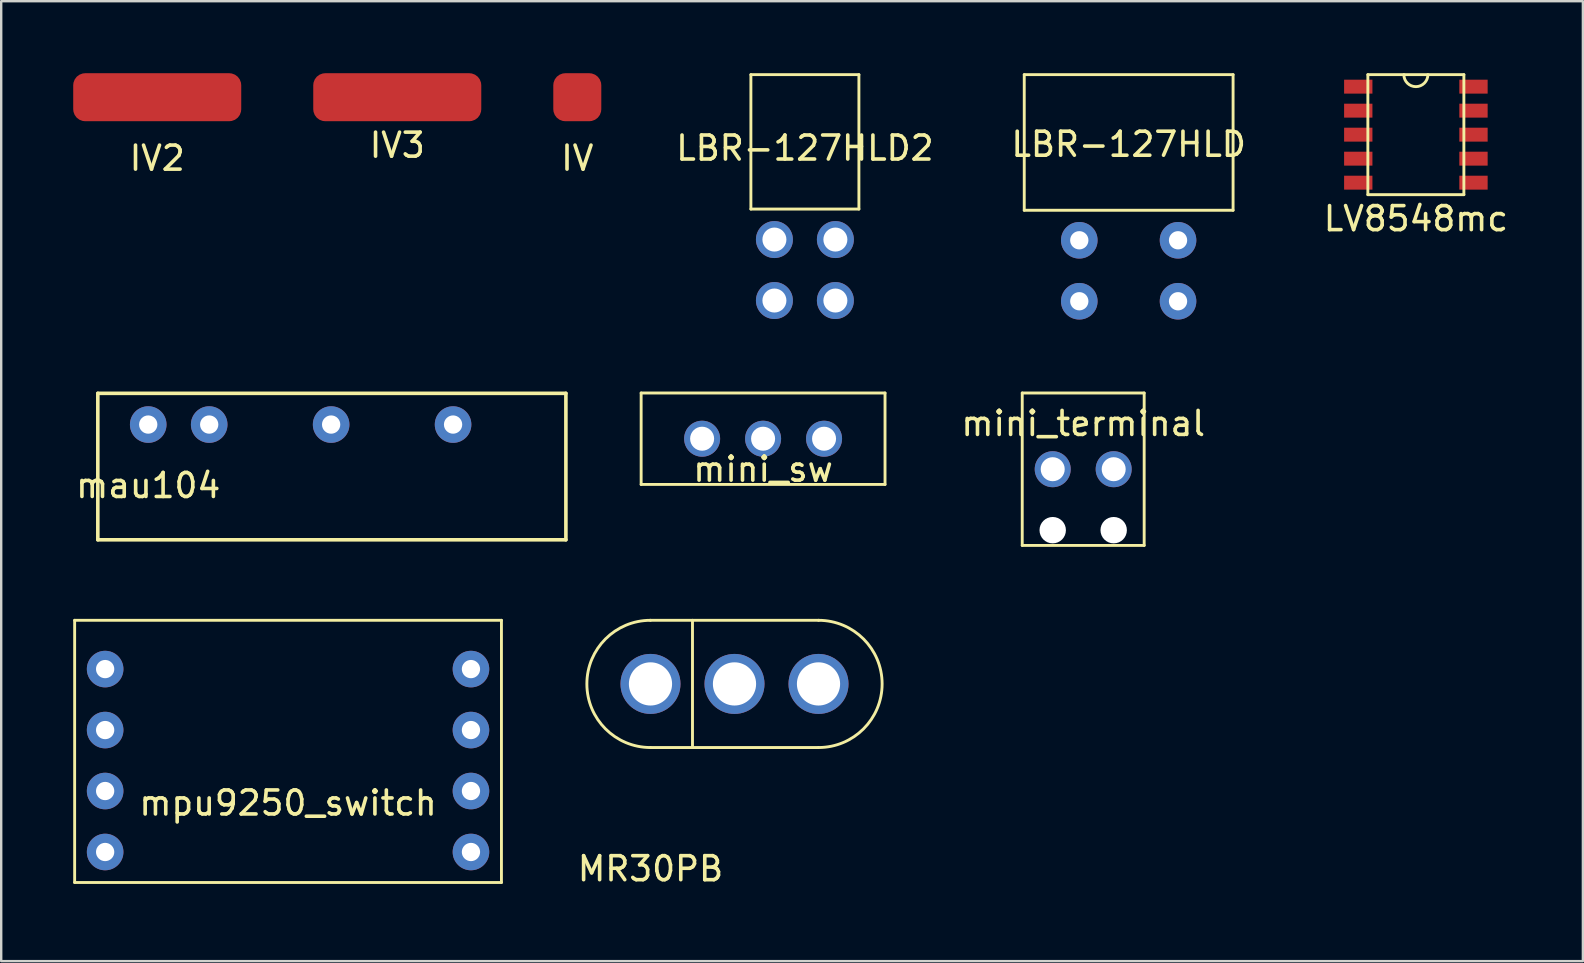
<source format=kicad_pcb>
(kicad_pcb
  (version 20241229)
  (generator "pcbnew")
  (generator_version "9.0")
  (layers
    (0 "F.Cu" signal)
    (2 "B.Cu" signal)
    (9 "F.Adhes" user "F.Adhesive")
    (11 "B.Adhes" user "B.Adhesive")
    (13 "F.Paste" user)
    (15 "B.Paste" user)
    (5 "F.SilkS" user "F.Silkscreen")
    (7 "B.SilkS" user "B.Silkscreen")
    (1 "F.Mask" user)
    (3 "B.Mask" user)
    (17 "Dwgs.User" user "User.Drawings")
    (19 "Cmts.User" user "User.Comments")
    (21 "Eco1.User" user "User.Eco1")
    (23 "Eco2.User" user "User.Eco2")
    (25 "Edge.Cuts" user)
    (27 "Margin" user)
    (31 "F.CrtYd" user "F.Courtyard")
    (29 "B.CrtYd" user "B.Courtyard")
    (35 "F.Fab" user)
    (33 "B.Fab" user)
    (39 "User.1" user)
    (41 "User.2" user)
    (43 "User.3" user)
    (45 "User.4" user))
  (footprint "IV3"
    (layer "F.Cu")
    (at 13.5 1)
    (property "Reference" "IV3" (at 0 2 0) (layer "F.SilkS") (effects (font (size 1 1) (thickness 0.15))))
    (attr through_hole)
    (pad "1" smd roundrect (at 0 0) (size 7 2) (layers "F.Cu" "F.Mask" "F.Paste") (roundrect_rratio 0.25)))
  (footprint "IV2"
    (layer "F.Cu")
    (at 3.5 1)
    (property "Reference" "IV2" (at 0 2.54 0) (layer "F.SilkS") (effects (font (size 1 1) (thickness 0.15))))
    (attr through_hole)
    (pad "1" smd roundrect (at 0 0) (size 7 2) (layers "F.Cu" "F.Mask" "F.Paste") (roundrect_rratio 0.25)))
  (footprint "LV8548mc"
    (layer "F.Cu")
    (at 55.935 2.56)
    (property "Reference" "LV8548mc" (at 0 3.5 0) (layer "F.SilkS") (effects (font (size 1 1) (thickness 0.15))))
    (attr through_hole)
    (fp_line (start -2 -2.5) (end 2 -2.5) (stroke (width 0.12) (type solid)) (layer "F.SilkS"))
    (fp_line (start -2 2.5) (end -2 -2.5) (stroke (width 0.12) (type solid)) (layer "F.SilkS"))
    (fp_line (start 2 -2.5) (end 2 2.5) (stroke (width 0.12) (type solid)) (layer "F.SilkS"))
    (fp_line (start 2 2.5) (end -2 2.5) (stroke (width 0.12) (type solid)) (layer "F.SilkS"))
    (fp_arc (start 0.5 -2.5) (mid 0 -2) (end -0.5 -2.5) (stroke (width 0.12) (type solid)) (layer "F.SilkS"))
    (pad "1" smd rect (at -2.4 -2) (size 1.18 0.58) (layers "F.Cu" "F.Mask" "F.Paste"))
    (pad "2" smd rect (at -2.4 -1) (size 1.18 0.58) (layers "F.Cu" "F.Mask" "F.Paste"))
    (pad "3" smd rect (at -2.4 0) (size 1.18 0.58) (layers "F.Cu" "F.Mask" "F.Paste"))
    (pad "4" smd rect (at -2.4 1) (size 1.18 0.58) (layers "F.Cu" "F.Mask" "F.Paste"))
    (pad "5" smd rect (at -2.4 2) (size 1.18 0.58) (layers "F.Cu" "F.Mask" "F.Paste"))
    (pad "6" smd rect (at 2.4 2) (size 1.18 0.58) (layers "F.Cu" "F.Mask" "F.Paste"))
    (pad "7" smd rect (at 2.4 1) (size 1.18 0.58) (layers "F.Cu" "F.Mask" "F.Paste"))
    (pad "8" smd rect (at 2.4 0) (size 1.18 0.58) (layers "F.Cu" "F.Mask" "F.Paste"))
    (pad "9" smd rect (at 2.4 -1) (size 1.18 0.58) (layers "F.Cu" "F.Mask" "F.Paste"))
    (pad "10" smd rect (at 2.4 -2) (size 1.18 0.58) (layers "F.Cu" "F.Mask" "F.Paste")))
  (footprint "mau104"
    (layer "F.Cu")
    (at 3.125 14.637)
    (property "Reference" "mau104" (at 0 2.54 0) (layer "F.SilkS") (effects (font (size 1 1) (thickness 0.15))))
    (attr through_hole)
    (fp_line (start -2.1 -1.3) (end 17.4 -1.3) (stroke (width 0.15) (type solid)) (layer "F.SilkS"))
    (fp_line (start -2.1 4.8) (end -2.1 -1.3) (stroke (width 0.15) (type solid)) (layer "F.SilkS"))
    (fp_line (start 17.4 -1.3) (end 17.4 4.8) (stroke (width 0.15) (type solid)) (layer "F.SilkS"))
    (fp_line (start 17.4 4.8) (end -2.1 4.8) (stroke (width 0.15) (type solid)) (layer "F.SilkS"))
    (pad "1" thru_hole circle (at 0 0) (size 1.524 1.524) (drill 0.762) (layers "*.Cu" "*.Mask"))
    (pad "2" thru_hole circle (at 2.54 0) (size 1.524 1.524) (drill 0.762) (layers "*.Cu" "*.Mask"))
    (pad "3" thru_hole circle (at 7.62 0) (size 1.524 1.524) (drill 0.762) (layers "*.Cu" "*.Mask"))
    (pad "4" thru_hole circle (at 12.7 0) (size 1.524 1.524) (drill 0.762) (layers "*.Cu" "*.Mask")))
  (footprint "LBR-127HLD"
    (layer "F.Cu")
    (at 43.97 6.96)
    (property "Reference" "LBR-127HLD" (at 0 -4 0) (layer "F.SilkS") (effects (font (size 1 1) (thickness 0.15))))
    (attr through_hole)
    (fp_line (start -4.35 -6.9) (end -4.35 -1.25) (stroke (width 0.12) (type solid)) (layer "F.SilkS"))
    (fp_line (start -4.35 -1.25) (end 4.35 -1.25) (stroke (width 0.12) (type solid)) (layer "F.SilkS"))
    (fp_line (start 4.35 -6.9) (end -4.35 -6.9) (stroke (width 0.12) (type solid)) (layer "F.SilkS"))
    (fp_line (start 4.35 -1.25) (end 4.35 -6.9) (stroke (width 0.12) (type solid)) (layer "F.SilkS"))
    (pad "1" thru_hole circle (at -2.057 2.54) (size 1.524 1.524) (drill 0.762) (layers "*.Cu" "*.Mask"))
    (pad "2" thru_hole circle (at -2.057 0) (size 1.524 1.524) (drill 0.762) (layers "*.Cu" "*.Mask"))
    (pad "3" thru_hole circle (at 2.057 2.54) (size 1.524 1.524) (drill 0.762) (layers "*.Cu" "*.Mask"))
    (pad "4" thru_hole circle (at 2.057 0) (size 1.524 1.524) (drill 0.762) (layers "*.Cu" "*.Mask")))
  (footprint "mini_sw"
    (layer "F.Cu")
    (at 28.74 15.227)
    (property "Reference" "mini_sw" (at 0 1.27 0) (layer "F.SilkS") (effects (font (size 1 1) (thickness 0.15))))
    (attr through_hole)
    (fp_line (start -5.08 -1.905) (end -5.08 1.905) (stroke (width 0.12) (type solid)) (layer "F.SilkS"))
    (fp_line (start -5.08 -1.905) (end 5.08 -1.905) (stroke (width 0.12) (type solid)) (layer "F.SilkS"))
    (fp_line (start -5.08 1.905) (end 5.08 1.905) (stroke (width 0.12) (type solid)) (layer "F.SilkS"))
    (fp_line (start 5.08 1.905) (end 5.08 -1.905) (stroke (width 0.12) (type solid)) (layer "F.SilkS"))
    (pad "1" thru_hole circle (at -2.54 0) (size 1.5 1.5) (drill 1) (layers "*.Cu" "*.Mask"))
    (pad "2" thru_hole circle (at 0 0) (size 1.5 1.5) (drill 1) (layers "*.Cu" "*.Mask"))
    (pad "3" thru_hole circle (at 2.54 0) (size 1.5 1.5) (drill 1) (layers "*.Cu" "*.Mask")))
  (footprint "MR30PB"
    (layer "F.Cu")
    (at 24.049 25.442)
    (property "Reference" "MR30PB" (at 0 7.7 0) (layer "F.SilkS") (effects (font (size 1 1) (thickness 0.15))))
    (attr through_hole)
    (fp_line (start 0 -2.65) (end 7 -2.65) (stroke (width 0.12) (type solid)) (layer "F.SilkS"))
    (fp_line (start 1.75 -2.65) (end 1.75 2.65) (stroke (width 0.12) (type solid)) (layer "F.SilkS"))
    (fp_line (start 7 2.65) (end 0 2.65) (stroke (width 0.12) (type solid)) (layer "F.SilkS"))
    (fp_arc (start 0 2.65) (mid -2.65 0) (end 0 -2.65) (stroke (width 0.12) (type solid)) (layer "F.SilkS"))
    (fp_arc (start 7 -2.65) (mid 9.65 0) (end 7 2.65) (stroke (width 0.12) (type solid)) (layer "F.SilkS"))
    (pad "1" thru_hole circle (at 0 0) (size 2.5 2.5) (drill 1.8) (layers "*.Cu" "*.Mask"))
    (pad "2" thru_hole circle (at 3.5 0) (size 2.5 2.5) (drill 1.8) (layers "*.Cu" "*.Mask"))
    (pad "3" thru_hole circle (at 7 0) (size 2.5 2.5) (drill 1.8) (layers "*.Cu" "*.Mask")))
  (footprint "mini_terminal"
    (layer "F.Cu")
    (at 40.806 16.497)
    (property "Reference" "mini_terminal" (at 1.27 -1.905 0) (layer "F.SilkS") (effects (font (size 1 1) (thickness 0.15))))
    (attr through_hole)
    (fp_line (start -1.27 -3.175) (end -1.27 3.175) (stroke (width 0.12) (type solid)) (layer "F.SilkS"))
    (fp_line (start -1.27 3.175) (end 3.81 3.175) (stroke (width 0.12) (type solid)) (layer "F.SilkS"))
    (fp_line (start 3.81 -3.175) (end -1.27 -3.175) (stroke (width 0.12) (type solid)) (layer "F.SilkS"))
    (fp_line (start 3.81 3.175) (end 3.81 -3.175) (stroke (width 0.12) (type solid)) (layer "F.SilkS"))
    (pad "" np_thru_hole circle (at 0 2.54) (size 1.1 1.1) (drill 1.1) (layers "*.Cu" "*.Mask"))
    (pad "" np_thru_hole circle (at 2.54 2.54) (size 1.1 1.1) (drill 1.1) (layers "*.Cu" "*.Mask"))
    (pad "1" thru_hole circle (at 0 0) (size 1.5 1.5) (drill 1) (layers "*.Cu" "*.Mask"))
    (pad "2" thru_hole circle (at 2.54 0) (size 1.5 1.5) (drill 1) (layers "*.Cu" "*.Mask")))
  (footprint "IV"
    (layer "F.Cu")
    (at 21 1)
    (property "Reference" "IV" (at 0 2.54 0) (layer "F.SilkS") (effects (font (size 1 1) (thickness 0.15))))
    (attr through_hole)
    (pad "1" smd roundrect (at 0 0) (size 2 2) (layers "F.Cu" "F.Mask" "F.Paste") (roundrect_rratio 0.25)))
  (footprint "mpu9250_switch"
    (layer "F.Cu")
    (at 8.95 28.634)
    (property "Reference" "mpu9250_switch" (at 0 1.77 0) (layer "F.SilkS") (effects (font (size 1 1) (thickness 0.15))))
    (attr through_hole)
    (fp_line (start -8.89 -5.842) (end -8.89 5.08) (stroke (width 0.12) (type solid)) (layer "F.SilkS"))
    (fp_line (start -8.89 5.08) (end 8.89 5.08) (stroke (width 0.12) (type solid)) (layer "F.SilkS"))
    (fp_line (start 8.89 -5.842) (end -8.89 -5.842) (stroke (width 0.12) (type solid)) (layer "F.SilkS"))
    (fp_line (start 8.89 -5.842) (end 8.89 5.08) (stroke (width 0.12) (type solid)) (layer "F.SilkS"))
    (pad "1" thru_hole circle (at -7.62 -3.81) (size 1.524 1.524) (drill 0.762) (layers "*.Cu" "*.Mask"))
    (pad "2" thru_hole circle (at -7.62 -1.27) (size 1.524 1.524) (drill 0.762) (layers "*.Cu" "*.Mask"))
    (pad "3" thru_hole circle (at -7.62 1.27) (size 1.524 1.524) (drill 0.762) (layers "*.Cu" "*.Mask"))
    (pad "4" thru_hole circle (at -7.62 3.81) (size 1.524 1.524) (drill 0.762) (layers "*.Cu" "*.Mask"))
    (pad "5" thru_hole circle (at 7.62 3.81) (size 1.524 1.524) (drill 0.762) (layers "*.Cu" "*.Mask"))
    (pad "6" thru_hole circle (at 7.62 1.27) (size 1.524 1.524) (drill 0.762) (layers "*.Cu" "*.Mask"))
    (pad "7" thru_hole circle (at 7.62 -1.27) (size 1.524 1.524) (drill 0.762) (layers "*.Cu" "*.Mask"))
    (pad "8" thru_hole circle (at 7.62 -3.81) (size 1.524 1.524) (drill 0.762) (layers "*.Cu" "*.Mask")))
  (footprint "LBR-127HLD2"
    (layer "F.Cu")
    (at 30.482 5.66)
    (property "Reference" "LBR-127HLD2" (at 0 -2.54 0) (layer "F.SilkS") (effects (font (size 1 1) (thickness 0.15))))
    (attr through_hole)
    (fp_line (start -2.25 -5.6) (end -2.25 0) (stroke (width 0.12) (type solid)) (layer "F.SilkS"))
    (fp_line (start -2.25 0) (end 2.25 0) (stroke (width 0.12) (type solid)) (layer "F.SilkS"))
    (fp_line (start 2.25 -5.6) (end -2.25 -5.6) (stroke (width 0.12) (type solid)) (layer "F.SilkS"))
    (fp_line (start 2.25 0) (end 2.25 -5.6) (stroke (width 0.12) (type solid)) (layer "F.SilkS"))
    (pad "1" thru_hole circle (at -1.27 1.27) (size 1.54 1.54) (drill 1) (layers "*.Cu" "*.Mask"))
    (pad "2" thru_hole circle (at 1.27 1.27) (size 1.54 1.54) (drill 1) (layers "*.Cu" "*.Mask"))
    (pad "3" thru_hole circle (at -1.27 3.81) (size 1.54 1.54) (drill 1) (layers "*.Cu" "*.Mask"))
    (pad "4" thru_hole circle (at 1.27 3.81) (size 1.54 1.54) (drill 1) (layers "*.Cu" "*.Mask")))
  (gr_rect
    (start -3 -3)
    (end 62.893 36.99)
    (stroke (width 0.1) (type default))
    (fill no)
    (layer "Edge.Cuts")))
</source>
